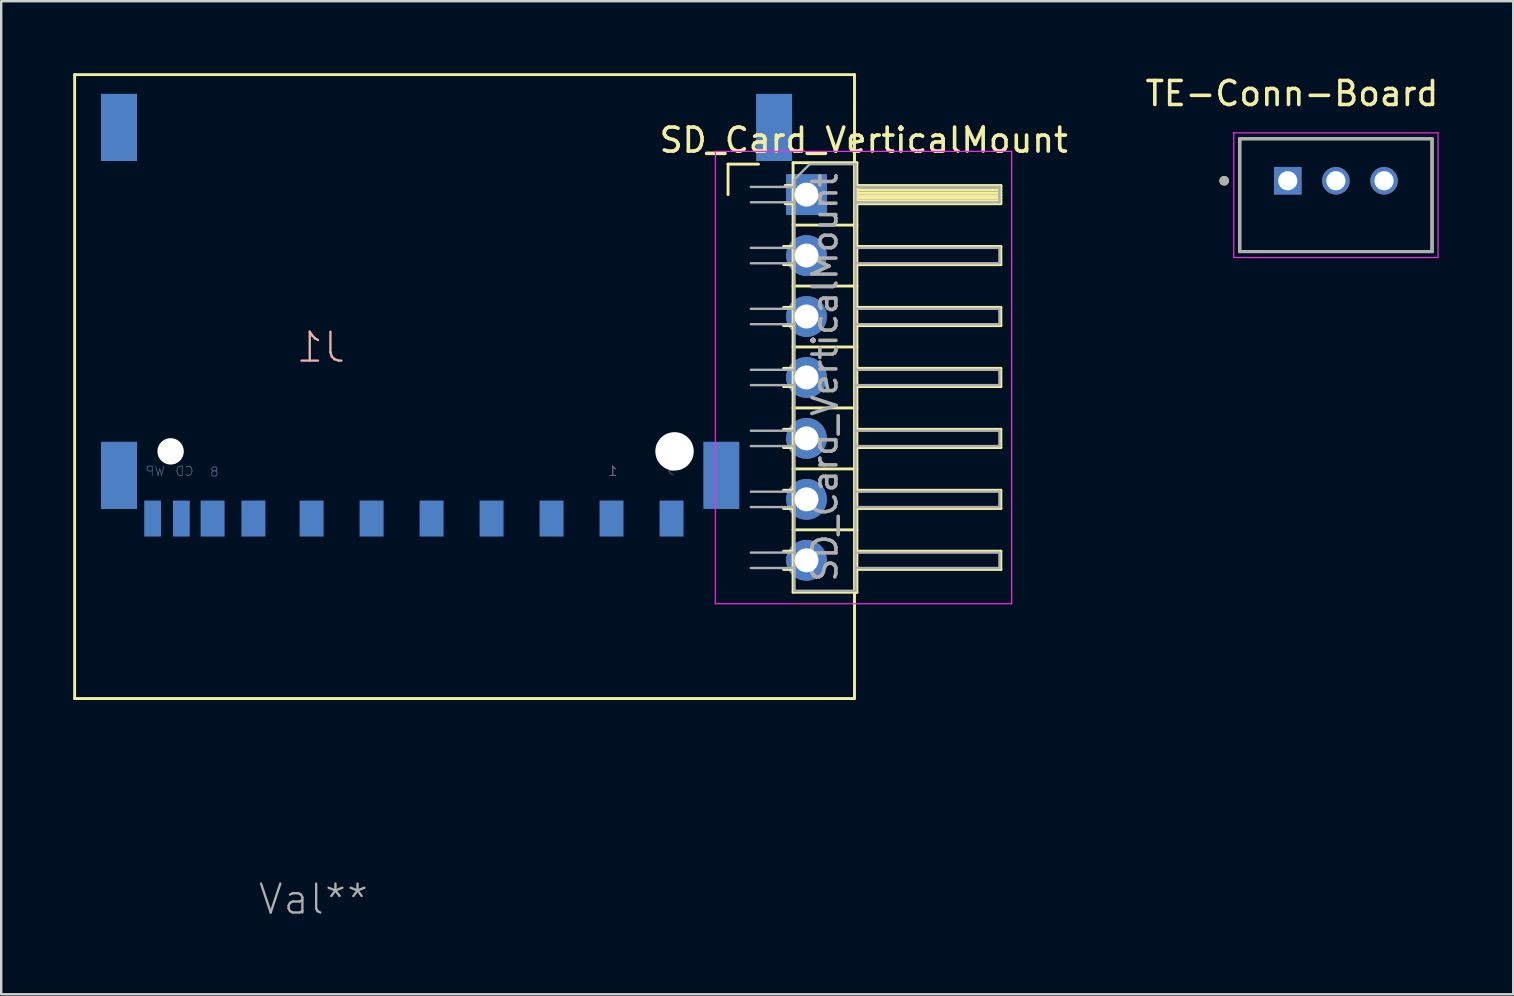
<source format=kicad_pcb>
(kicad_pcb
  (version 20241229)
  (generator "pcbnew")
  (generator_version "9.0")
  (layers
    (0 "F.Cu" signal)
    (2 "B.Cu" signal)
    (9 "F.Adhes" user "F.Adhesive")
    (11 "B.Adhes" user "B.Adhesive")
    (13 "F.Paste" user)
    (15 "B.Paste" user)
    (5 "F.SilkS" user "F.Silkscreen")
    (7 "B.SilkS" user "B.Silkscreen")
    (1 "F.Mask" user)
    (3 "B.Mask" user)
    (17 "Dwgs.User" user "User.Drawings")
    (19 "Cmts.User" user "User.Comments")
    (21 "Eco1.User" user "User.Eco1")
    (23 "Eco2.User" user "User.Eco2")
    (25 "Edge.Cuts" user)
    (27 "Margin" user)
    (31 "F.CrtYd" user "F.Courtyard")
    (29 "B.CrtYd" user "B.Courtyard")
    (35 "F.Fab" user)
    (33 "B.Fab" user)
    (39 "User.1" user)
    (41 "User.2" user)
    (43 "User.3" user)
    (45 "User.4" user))
  (footprint "TE-Conn-Board"
    (layer "F.Cu")
    (at 50.615 4.483)
    (property "Reference" "TE-Conn-Board" (at 0.175 -3.635 0) (layer "F.SilkS") (effects (font (size 1 1) (thickness 0.15))))
    (attr through_hole)
    (fp_line (start -2 2.95) (end -2 -1.75) (stroke (width 0.127) (type solid)) (layer "F.SilkS"))
    (fp_line (start 6.013 -1.75) (end -2 -1.75) (stroke (width 0.127) (type solid)) (layer "F.SilkS"))
    (fp_line (start 6.013 -1.75) (end 6.013 2.95) (stroke (width 0.127) (type solid)) (layer "F.SilkS"))
    (fp_line (start 6.013 2.95) (end -2 2.95) (stroke (width 0.127) (type solid)) (layer "F.SilkS"))
    (fp_circle (center -2.65 0) (end -2.55 0) (stroke (width 0.2) (type solid)) (fill no) (layer "F.SilkS"))
    (fp_line (start -2.25 -2) (end 6.263 -2) (stroke (width 0.05) (type solid)) (layer "F.CrtYd"))
    (fp_line (start -2.25 3.2) (end -2.25 -2) (stroke (width 0.05) (type solid)) (layer "F.CrtYd"))
    (fp_line (start 6.263 -2) (end 6.263 3.2) (stroke (width 0.05) (type solid)) (layer "F.CrtYd"))
    (fp_line (start 6.263 3.2) (end -2.25 3.2) (stroke (width 0.05) (type solid)) (layer "F.CrtYd"))
    (fp_line (start -2 -1.75) (end 6.013 -1.75) (stroke (width 0.127) (type solid)) (layer "F.Fab"))
    (fp_line (start -2 2.95) (end -2 -1.75) (stroke (width 0.127) (type solid)) (layer "F.Fab"))
    (fp_line (start -2 2.95) (end -2 2.95) (stroke (width 0.127) (type solid)) (layer "F.Fab"))
    (fp_line (start -2 2.95) (end 6.013 2.95) (stroke (width 0.127) (type solid)) (layer "F.Fab"))
    (fp_line (start 6.013 -1.75) (end 6.013 2.95) (stroke (width 0.127) (type solid)) (layer "F.Fab"))
    (fp_line (start 6.013 2.95) (end -2 2.95) (stroke (width 0.127) (type solid)) (layer "F.Fab"))
    (fp_line (start 6.013 2.95) (end 6.013 2.95) (stroke (width 0.127) (type solid)) (layer "F.Fab"))
    (fp_circle (center -2.65 0) (end -2.55 0) (stroke (width 0.2) (type solid)) (fill no) (layer "F.Fab"))
    (pad "1" thru_hole rect (at 0 0) (size 1.15 1.15) (drill 0.8) (layers "*.Cu" "*.Mask"))
    (pad "2" thru_hole circle (at 2.007 0) (size 1.15 1.15) (drill 0.8) (layers "*.Cu" "*.Mask"))
    (pad "3" thru_hole circle (at 4.013 0) (size 1.15 1.15) (drill 0.8) (layers "*.Cu" "*.Mask")))
  (footprint "SD_Card_VerticalMount"
    (layer "F.Cu")
    (at 28.56 5.06)
    (property "Reference" "SD_Card_VerticalMount" (at 4.385 -2.27 0) (layer "F.SilkS") (effects (font (size 1 1) (thickness 0.15))))
    (attr through_hole)
    (fp_line (start -28.5 -5) (end 4 -5) (stroke (width 0.12) (type solid)) (layer "F.SilkS"))
    (fp_line (start -28.5 21) (end -28.5 -5) (stroke (width 0.12) (type solid)) (layer "F.SilkS"))
    (fp_line (start -1.27 -1.27) (end 0 -1.27) (stroke (width 0.12) (type solid)) (layer "F.SilkS"))
    (fp_line (start -1.27 0) (end -1.27 -1.27) (stroke (width 0.12) (type solid)) (layer "F.SilkS"))
    (fp_line (start 1.043 2.16) (end 1.44 2.16) (stroke (width 0.12) (type solid)) (layer "F.SilkS"))
    (fp_line (start 1.043 2.92) (end 1.44 2.92) (stroke (width 0.12) (type solid)) (layer "F.SilkS"))
    (fp_line (start 1.043 4.7) (end 1.44 4.7) (stroke (width 0.12) (type solid)) (layer "F.SilkS"))
    (fp_line (start 1.043 5.46) (end 1.44 5.46) (stroke (width 0.12) (type solid)) (layer "F.SilkS"))
    (fp_line (start 1.043 7.24) (end 1.44 7.24) (stroke (width 0.12) (type solid)) (layer "F.SilkS"))
    (fp_line (start 1.043 8) (end 1.44 8) (stroke (width 0.12) (type solid)) (layer "F.SilkS"))
    (fp_line (start 1.043 9.78) (end 1.44 9.78) (stroke (width 0.12) (type solid)) (layer "F.SilkS"))
    (fp_line (start 1.043 10.54) (end 1.44 10.54) (stroke (width 0.12) (type solid)) (layer "F.SilkS"))
    (fp_line (start 1.043 12.32) (end 1.44 12.32) (stroke (width 0.12) (type solid)) (layer "F.SilkS"))
    (fp_line (start 1.043 13.08) (end 1.44 13.08) (stroke (width 0.12) (type solid)) (layer "F.SilkS"))
    (fp_line (start 1.043 14.86) (end 1.44 14.86) (stroke (width 0.12) (type solid)) (layer "F.SilkS"))
    (fp_line (start 1.043 15.62) (end 1.44 15.62) (stroke (width 0.12) (type solid)) (layer "F.SilkS"))
    (fp_line (start 1.11 -0.38) (end 1.44 -0.38) (stroke (width 0.12) (type solid)) (layer "F.SilkS"))
    (fp_line (start 1.11 0.38) (end 1.44 0.38) (stroke (width 0.12) (type solid)) (layer "F.SilkS"))
    (fp_line (start 1.44 -1.33) (end 1.44 16.57) (stroke (width 0.12) (type solid)) (layer "F.SilkS"))
    (fp_line (start 1.44 1.27) (end 4.1 1.27) (stroke (width 0.12) (type solid)) (layer "F.SilkS"))
    (fp_line (start 1.44 3.81) (end 4.1 3.81) (stroke (width 0.12) (type solid)) (layer "F.SilkS"))
    (fp_line (start 1.44 6.35) (end 4.1 6.35) (stroke (width 0.12) (type solid)) (layer "F.SilkS"))
    (fp_line (start 1.44 8.89) (end 4.1 8.89) (stroke (width 0.12) (type solid)) (layer "F.SilkS"))
    (fp_line (start 1.44 11.43) (end 4.1 11.43) (stroke (width 0.12) (type solid)) (layer "F.SilkS"))
    (fp_line (start 1.44 13.97) (end 4.1 13.97) (stroke (width 0.12) (type solid)) (layer "F.SilkS"))
    (fp_line (start 1.44 16.57) (end 4.1 16.57) (stroke (width 0.12) (type solid)) (layer "F.SilkS"))
    (fp_line (start 4 21) (end -28.5 21) (stroke (width 0.12) (type solid)) (layer "F.SilkS"))
    (fp_line (start 4 21) (end 4 -5) (stroke (width 0.12) (type solid)) (layer "F.SilkS"))
    (fp_line (start 4.1 -1.33) (end 1.44 -1.33) (stroke (width 0.12) (type solid)) (layer "F.SilkS"))
    (fp_line (start 4.1 -0.38) (end 10.1 -0.38) (stroke (width 0.12) (type solid)) (layer "F.SilkS"))
    (fp_line (start 4.1 -0.32) (end 10.1 -0.32) (stroke (width 0.12) (type solid)) (layer "F.SilkS"))
    (fp_line (start 4.1 -0.2) (end 10.1 -0.2) (stroke (width 0.12) (type solid)) (layer "F.SilkS"))
    (fp_line (start 4.1 -0.08) (end 10.1 -0.08) (stroke (width 0.12) (type solid)) (layer "F.SilkS"))
    (fp_line (start 4.1 0.04) (end 10.1 0.04) (stroke (width 0.12) (type solid)) (layer "F.SilkS"))
    (fp_line (start 4.1 0.16) (end 10.1 0.16) (stroke (width 0.12) (type solid)) (layer "F.SilkS"))
    (fp_line (start 4.1 0.28) (end 10.1 0.28) (stroke (width 0.12) (type solid)) (layer "F.SilkS"))
    (fp_line (start 4.1 2.16) (end 10.1 2.16) (stroke (width 0.12) (type solid)) (layer "F.SilkS"))
    (fp_line (start 4.1 4.7) (end 10.1 4.7) (stroke (width 0.12) (type solid)) (layer "F.SilkS"))
    (fp_line (start 4.1 7.24) (end 10.1 7.24) (stroke (width 0.12) (type solid)) (layer "F.SilkS"))
    (fp_line (start 4.1 9.78) (end 10.1 9.78) (stroke (width 0.12) (type solid)) (layer "F.SilkS"))
    (fp_line (start 4.1 12.32) (end 10.1 12.32) (stroke (width 0.12) (type solid)) (layer "F.SilkS"))
    (fp_line (start 4.1 14.86) (end 10.1 14.86) (stroke (width 0.12) (type solid)) (layer "F.SilkS"))
    (fp_line (start 4.1 16.57) (end 4.1 -1.33) (stroke (width 0.12) (type solid)) (layer "F.SilkS"))
    (fp_line (start 10.1 -0.38) (end 10.1 0.38) (stroke (width 0.12) (type solid)) (layer "F.SilkS"))
    (fp_line (start 10.1 0.38) (end 4.1 0.38) (stroke (width 0.12) (type solid)) (layer "F.SilkS"))
    (fp_line (start 10.1 2.16) (end 10.1 2.92) (stroke (width 0.12) (type solid)) (layer "F.SilkS"))
    (fp_line (start 10.1 2.92) (end 4.1 2.92) (stroke (width 0.12) (type solid)) (layer "F.SilkS"))
    (fp_line (start 10.1 4.7) (end 10.1 5.46) (stroke (width 0.12) (type solid)) (layer "F.SilkS"))
    (fp_line (start 10.1 5.46) (end 4.1 5.46) (stroke (width 0.12) (type solid)) (layer "F.SilkS"))
    (fp_line (start 10.1 7.24) (end 10.1 8) (stroke (width 0.12) (type solid)) (layer "F.SilkS"))
    (fp_line (start 10.1 8) (end 4.1 8) (stroke (width 0.12) (type solid)) (layer "F.SilkS"))
    (fp_line (start 10.1 9.78) (end 10.1 10.54) (stroke (width 0.12) (type solid)) (layer "F.SilkS"))
    (fp_line (start 10.1 10.54) (end 4.1 10.54) (stroke (width 0.12) (type solid)) (layer "F.SilkS"))
    (fp_line (start 10.1 12.32) (end 10.1 13.08) (stroke (width 0.12) (type solid)) (layer "F.SilkS"))
    (fp_line (start 10.1 13.08) (end 4.1 13.08) (stroke (width 0.12) (type solid)) (layer "F.SilkS"))
    (fp_line (start 10.1 14.86) (end 10.1 15.62) (stroke (width 0.12) (type solid)) (layer "F.SilkS"))
    (fp_line (start 10.1 15.62) (end 4.1 15.62) (stroke (width 0.12) (type solid)) (layer "F.SilkS"))
    (fp_line (start -1.8 -1.8) (end -1.8 17.05) (stroke (width 0.05) (type solid)) (layer "F.CrtYd"))
    (fp_line (start -1.8 17.05) (end 10.55 17.05) (stroke (width 0.05) (type solid)) (layer "F.CrtYd"))
    (fp_line (start 10.55 -1.8) (end -1.8 -1.8) (stroke (width 0.05) (type solid)) (layer "F.CrtYd"))
    (fp_line (start 10.55 17.05) (end 10.55 -1.8) (stroke (width 0.05) (type solid)) (layer "F.CrtYd"))
    (fp_line (start -0.32 -0.32) (end 1.5 -0.32) (stroke (width 0.1) (type solid)) (layer "F.Fab"))
    (fp_line (start -0.32 0.32) (end 1.5 0.32) (stroke (width 0.1) (type solid)) (layer "F.Fab"))
    (fp_line (start -0.32 2.22) (end 1.5 2.22) (stroke (width 0.1) (type solid)) (layer "F.Fab"))
    (fp_line (start -0.32 2.86) (end 1.5 2.86) (stroke (width 0.1) (type solid)) (layer "F.Fab"))
    (fp_line (start -0.32 4.76) (end 1.5 4.76) (stroke (width 0.1) (type solid)) (layer "F.Fab"))
    (fp_line (start -0.32 5.4) (end 1.5 5.4) (stroke (width 0.1) (type solid)) (layer "F.Fab"))
    (fp_line (start -0.32 7.3) (end 1.5 7.3) (stroke (width 0.1) (type solid)) (layer "F.Fab"))
    (fp_line (start -0.32 7.94) (end 1.5 7.94) (stroke (width 0.1) (type solid)) (layer "F.Fab"))
    (fp_line (start -0.32 9.84) (end 1.5 9.84) (stroke (width 0.1) (type solid)) (layer "F.Fab"))
    (fp_line (start -0.32 10.48) (end 1.5 10.48) (stroke (width 0.1) (type solid)) (layer "F.Fab"))
    (fp_line (start -0.32 12.38) (end 1.5 12.38) (stroke (width 0.1) (type solid)) (layer "F.Fab"))
    (fp_line (start -0.32 13.02) (end 1.5 13.02) (stroke (width 0.1) (type solid)) (layer "F.Fab"))
    (fp_line (start -0.32 14.92) (end 1.5 14.92) (stroke (width 0.1) (type solid)) (layer "F.Fab"))
    (fp_line (start -0.32 15.56) (end 1.5 15.56) (stroke (width 0.1) (type solid)) (layer "F.Fab"))
    (fp_line (start 1.5 -0.635) (end 2.135 -1.27) (stroke (width 0.1) (type solid)) (layer "F.Fab"))
    (fp_line (start 1.5 16.51) (end 1.5 -0.635) (stroke (width 0.1) (type solid)) (layer "F.Fab"))
    (fp_line (start 1.68 -0.32) (end 1.68 0.32) (stroke (width 0.1) (type solid)) (layer "F.Fab"))
    (fp_line (start 1.68 2.22) (end 1.68 2.86) (stroke (width 0.1) (type solid)) (layer "F.Fab"))
    (fp_line (start 1.68 4.76) (end 1.68 5.4) (stroke (width 0.1) (type solid)) (layer "F.Fab"))
    (fp_line (start 1.68 7.3) (end 1.68 7.94) (stroke (width 0.1) (type solid)) (layer "F.Fab"))
    (fp_line (start 1.68 9.84) (end 1.68 10.48) (stroke (width 0.1) (type solid)) (layer "F.Fab"))
    (fp_line (start 1.68 12.38) (end 1.68 13.02) (stroke (width 0.1) (type solid)) (layer "F.Fab"))
    (fp_line (start 1.68 14.92) (end 1.68 15.56) (stroke (width 0.1) (type solid)) (layer "F.Fab"))
    (fp_line (start 2.135 -1.27) (end 4.04 -1.27) (stroke (width 0.1) (type solid)) (layer "F.Fab"))
    (fp_line (start 4.04 -1.27) (end 4.04 16.51) (stroke (width 0.1) (type solid)) (layer "F.Fab"))
    (fp_line (start 4.04 -0.32) (end 10.04 -0.32) (stroke (width 0.1) (type solid)) (layer "F.Fab"))
    (fp_line (start 4.04 0.32) (end 10.04 0.32) (stroke (width 0.1) (type solid)) (layer "F.Fab"))
    (fp_line (start 4.04 2.22) (end 10.04 2.22) (stroke (width 0.1) (type solid)) (layer "F.Fab"))
    (fp_line (start 4.04 2.86) (end 10.04 2.86) (stroke (width 0.1) (type solid)) (layer "F.Fab"))
    (fp_line (start 4.04 4.76) (end 10.04 4.76) (stroke (width 0.1) (type solid)) (layer "F.Fab"))
    (fp_line (start 4.04 5.4) (end 10.04 5.4) (stroke (width 0.1) (type solid)) (layer "F.Fab"))
    (fp_line (start 4.04 7.3) (end 10.04 7.3) (stroke (width 0.1) (type solid)) (layer "F.Fab"))
    (fp_line (start 4.04 7.94) (end 10.04 7.94) (stroke (width 0.1) (type solid)) (layer "F.Fab"))
    (fp_line (start 4.04 9.84) (end 10.04 9.84) (stroke (width 0.1) (type solid)) (layer "F.Fab"))
    (fp_line (start 4.04 10.48) (end 10.04 10.48) (stroke (width 0.1) (type solid)) (layer "F.Fab"))
    (fp_line (start 4.04 12.38) (end 10.04 12.38) (stroke (width 0.1) (type solid)) (layer "F.Fab"))
    (fp_line (start 4.04 13.02) (end 10.04 13.02) (stroke (width 0.1) (type solid)) (layer "F.Fab"))
    (fp_line (start 4.04 14.92) (end 10.04 14.92) (stroke (width 0.1) (type solid)) (layer "F.Fab"))
    (fp_line (start 4.04 15.56) (end 10.04 15.56) (stroke (width 0.1) (type solid)) (layer "F.Fab"))
    (fp_line (start 4.04 16.51) (end 1.5 16.51) (stroke (width 0.1) (type solid)) (layer "F.Fab"))
    (fp_line (start 10.04 -0.32) (end 10.04 0.32) (stroke (width 0.1) (type solid)) (layer "F.Fab"))
    (fp_line (start 10.04 2.22) (end 10.04 2.86) (stroke (width 0.1) (type solid)) (layer "F.Fab"))
    (fp_line (start 10.04 4.76) (end 10.04 5.4) (stroke (width 0.1) (type solid)) (layer "F.Fab"))
    (fp_line (start 10.04 7.3) (end 10.04 7.94) (stroke (width 0.1) (type solid)) (layer "F.Fab"))
    (fp_line (start 10.04 9.84) (end 10.04 10.48) (stroke (width 0.1) (type solid)) (layer "F.Fab"))
    (fp_line (start 10.04 12.38) (end 10.04 13.02) (stroke (width 0.1) (type solid)) (layer "F.Fab"))
    (fp_line (start 10.04 14.92) (end 10.04 15.56) (stroke (width 0.1) (type solid)) (layer "F.Fab"))
    (fp_text user "J1" (at -19.34 7.07 0) (layer "B.SilkS") (effects (font (size 1.206 1.206) (thickness 0.097)) (justify right bottom mirror)))
    (fp_text user "1" (at -6.28 11.75 0) (layer "B.SilkS") (effects (font (size 0.386 0.386) (thickness 0.033)) (justify right bottom mirror)))
    (fp_text user "WP" (at -25.58 11.75 0) (layer "B.Fab") (effects (font (size 0.386 0.386) (thickness 0.033)) (justify right bottom mirror)))
    (fp_text user "8" (at -22.88 11.78 0) (layer "B.Fab") (effects (font (size 0.386 0.386) (thickness 0.033)) (justify right bottom mirror)))
    (fp_text user "9" (at -3.83 11.7 0) (layer "B.Fab") (effects (font (size 0.386 0.386) (thickness 0.033)) (justify right bottom mirror)))
    (fp_text user "1" (at -6.28 11.75 0) (layer "B.Fab") (effects (font (size 0.386 0.386) (thickness 0.033)) (justify right bottom mirror)))
    (fp_text user "CD" (at -24.33 11.75 0) (layer "B.Fab") (effects (font (size 0.386 0.386) (thickness 0.033)) (justify right bottom mirror)))
    (fp_text user "Val**" (at -20.91 30.07 0) (layer "F.Fab") (effects (font (size 1.206 1.206) (thickness 0.097)) (justify left bottom)))
    (fp_text user "${REFERENCE}" (at 2.77 7.62 90) (layer "F.Fab") (effects (font (size 1 1) (thickness 0.15))))
    (pad "" np_thru_hole circle (at -24.5 10.7) (size 1.1 1.1) (drill 1.1) (layers "*.Cu" "*.Mask"))
    (pad "" np_thru_hole circle (at -3.5 10.7) (size 1.6 1.6) (drill 1.6) (layers "*.Cu" "*.Mask"))
    (pad "1" thru_hole rect (at 2 0) (size 1.7 1.7) (drill 1) (layers "*.Cu" "*.Mask"))
    (pad "2" thru_hole oval (at 2 2.54) (size 1.7 1.7) (drill 1) (layers "*.Cu" "*.Mask"))
    (pad "3" thru_hole oval (at 2 5.08) (size 1.7 1.7) (drill 1) (layers "*.Cu" "*.Mask"))
    (pad "4" thru_hole oval (at 2 7.62) (size 1.7 1.7) (drill 1) (layers "*.Cu" "*.Mask"))
    (pad "5" thru_hole oval (at 2 10.16) (size 1.7 1.7) (drill 1) (layers "*.Cu" "*.Mask"))
    (pad "6" thru_hole oval (at 2 12.7) (size 1.7 1.7) (drill 1) (layers "*.Cu" "*.Mask"))
    (pad "7" thru_hole oval (at 2 15.24) (size 1.7 1.7) (drill 1) (layers "*.Cu" "*.Mask"))
    (pad "CD" smd rect (at -24.05 13.5) (size 0.7 1.5) (layers "B.Cu" "B.Mask" "B.Paste"))
    (pad "GND" smd rect (at -26.65 -2.8) (size 1.5 2.8) (layers "B.Cu" "B.Mask" "B.Paste"))
    (pad "GND" smd rect (at -26.65 11.7) (size 1.5 2.8) (layers "B.Cu" "B.Mask" "B.Paste"))
    (pad "GND" smd rect (at -1.55 11.7) (size 1.5 2.8) (layers "B.Cu" "B.Mask" "B.Paste"))
    (pad "GND" smd rect (at 0.65 -2.8) (size 1.5 2.8) (layers "B.Cu" "B.Mask" "B.Paste"))
    (pad "SD1" smd rect (at -6.125 13.5) (size 1 1.5) (layers "B.Cu" "B.Mask" "B.Paste"))
    (pad "SD2" smd rect (at -8.625 13.5) (size 1 1.5) (layers "B.Cu" "B.Mask" "B.Paste"))
    (pad "SD3" smd rect (at -11.125 13.5) (size 1 1.5) (layers "B.Cu" "B.Mask" "B.Paste"))
    (pad "SD4" smd rect (at -13.625 13.5) (size 1 1.5) (layers "B.Cu" "B.Mask" "B.Paste"))
    (pad "SD5" smd rect (at -16.125 13.5) (size 1 1.5) (layers "B.Cu" "B.Mask" "B.Paste"))
    (pad "SD6" smd rect (at -18.625 13.5) (size 1 1.5) (layers "B.Cu" "B.Mask" "B.Paste"))
    (pad "SD7" smd rect (at -21.05 13.5) (size 1 1.5) (layers "B.Cu" "B.Mask" "B.Paste"))
    (pad "SD8" smd rect (at -22.75 13.5) (size 1 1.5) (layers "B.Cu" "B.Mask" "B.Paste"))
    (pad "SD9" smd rect (at -3.625 13.5) (size 1 1.5) (layers "B.Cu" "B.Mask" "B.Paste"))
    (pad "WP" smd rect (at -25.25 13.5) (size 0.7 1.5) (layers "B.Cu" "B.Mask" "B.Paste")))
  (gr_rect
    (start -3 -3)
    (end 60.01 38.384)
    (stroke (width 0.1) (type default))
    (fill no)
    (layer "Edge.Cuts")))
</source>
